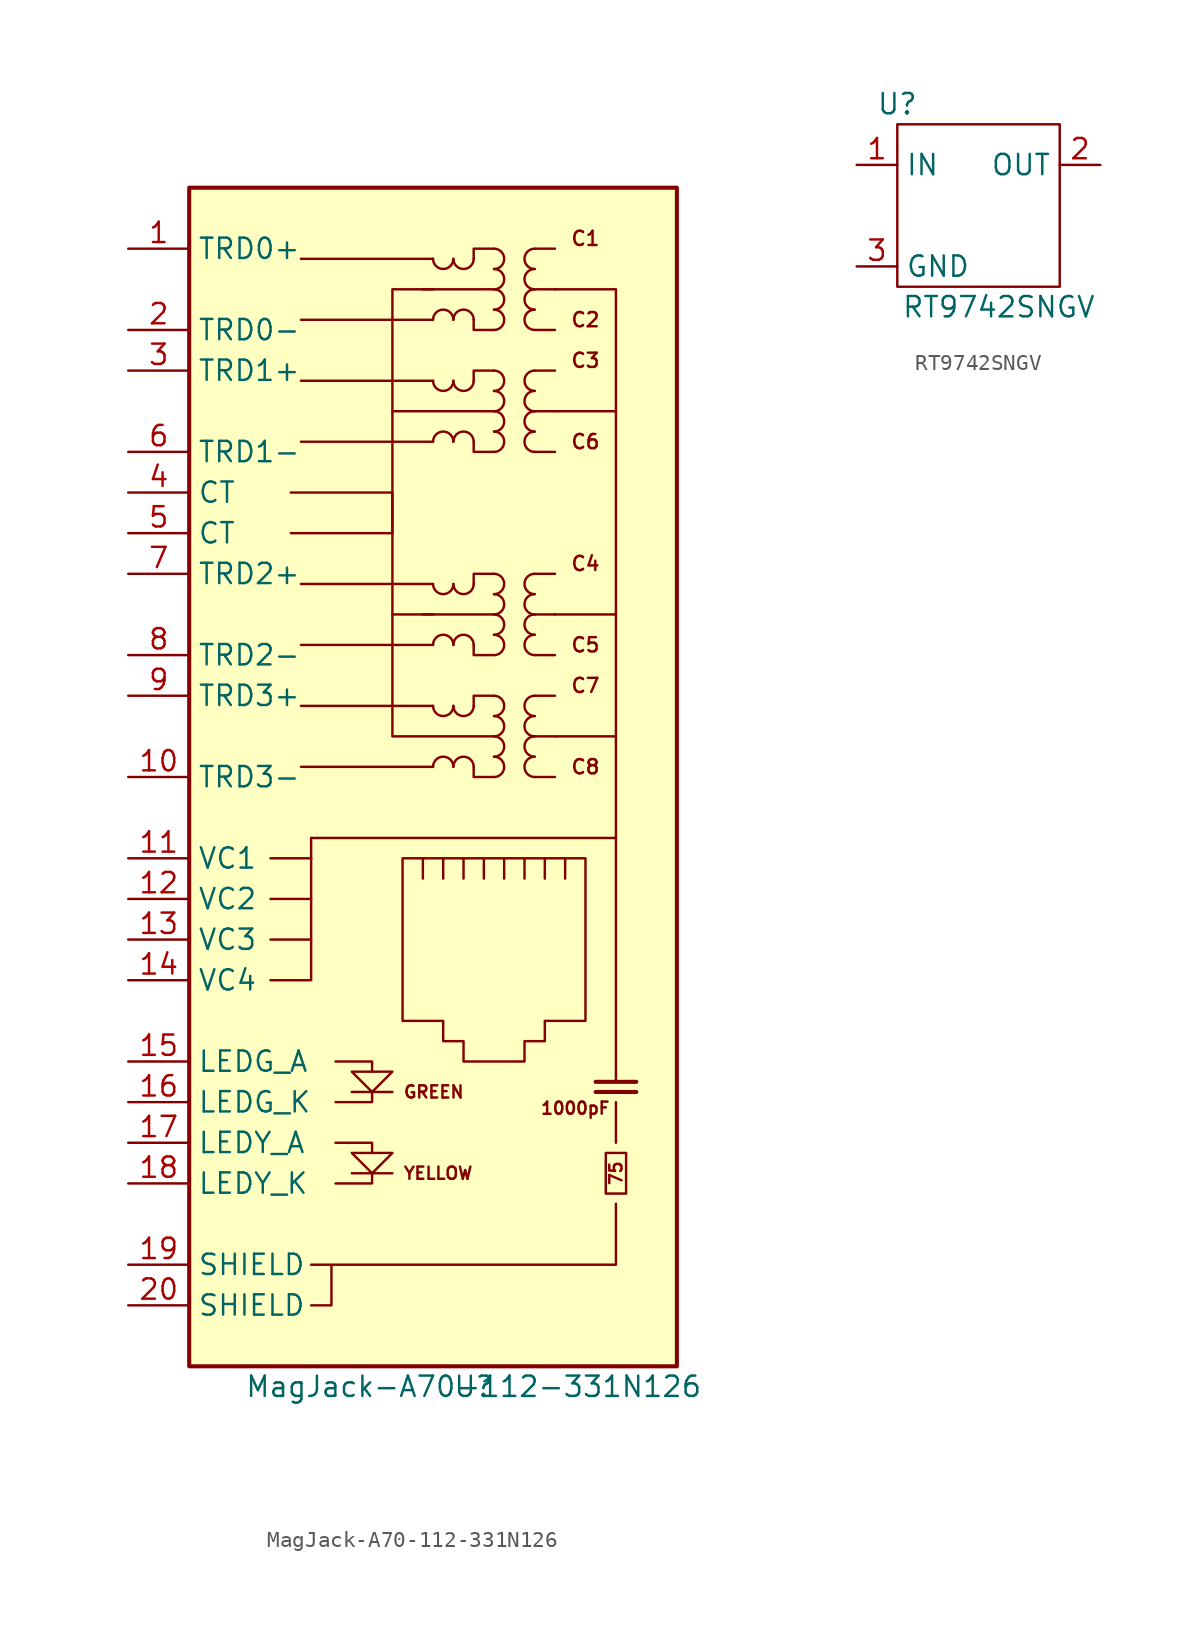
<source format=kicad_sym>
(kicad_symbol_lib
  (version 20241209)
  (generator "kicad_symbol_editor")
  (generator_version "9.0")
  (symbol "MagJack-A70-112-331N126"
    (property "Reference" "U"
      (at 0 0 0)
      (effects (font (size 1.27 1.27))))
    (property "Value" "MagJack-A70-112-331N126"
      (at 0 0 0)
      (effects (font (size 1.27 1.27))))
    (symbol "MagJack-A70-112-331N126_0_1"
      (polyline (pts (xy 1.27 60.96) (xy -5.08 60.96) (xy -5.08 68.58) (xy -2.54 68.58) (xy -5.08 68.58)) (stroke (width 0) (type default)) (fill (type none)))
      (polyline (pts (xy 1.27 40.64) (xy -5.08 40.64) (xy -5.08 48.26) (xy -2.54 48.26) (xy -5.08 48.26)) (stroke (width 0) (type default)) (fill (type none))))
    (symbol "MagJack-A70-112-331N126_1_1"
      (rectangle (start -17.78 1.27) (end 12.7 74.93) (stroke (width 0.254) (type default)) (fill (type background)))
      (polyline (pts (xy -12.7 33.02) (xy -10.16 33.02)) (stroke (width 0) (type default)) (fill (type none)))
      (polyline (pts (xy -12.7 30.48) (xy -10.16 30.48)) (stroke (width 0) (type default)) (fill (type none)))
      (polyline (pts (xy -12.7 27.94) (xy -10.16 27.94)) (stroke (width 0) (type default)) (fill (type none)))
      (polyline (pts (xy -11.43 53.34) (xy -5.08 53.34) (xy -5.08 55.88) (xy -11.43 55.88)) (stroke (width 0) (type default)) (fill (type none)))
      (polyline (pts (xy -10.16 34.29) (xy 8.89 34.29) (xy 8.89 68.58) (xy 5.08 68.58)) (stroke (width 0) (type default)) (fill (type none)))
      (polyline (pts (xy -10.16 33.02) (xy -10.16 34.29)) (stroke (width 0) (type default)) (fill (type none)))
      (polyline (pts (xy -10.16 33.02) (xy -10.16 25.4) (xy -12.7 25.4)) (stroke (width 0) (type default)) (fill (type none)))
      (polyline (pts (xy -10.16 5.08) (xy -8.89 5.08) (xy -8.89 7.62) (xy -10.16 7.62) (xy -8.89 7.62) (xy 8.89 7.62) (xy 8.89 11.43)) (stroke (width 0) (type default)) (fill (type none)))
      (polyline (pts (xy -8.636 20.32) (xy -6.35 20.32) (xy -6.35 19.685)) (stroke (width 0) (type default)) (fill (type none)))
      (polyline (pts (xy -8.636 15.24) (xy -6.35 15.24) (xy -6.35 14.605)) (stroke (width 0) (type default)) (fill (type none)))
      (polyline (pts (xy -8.636 12.7) (xy -6.35 12.7) (xy -6.35 13.335)) (stroke (width 0) (type default)) (fill (type none)))
      (polyline (pts (xy -7.62 19.685) (xy -5.08 19.685) (xy -6.35 18.415) (xy -7.62 19.685)) (stroke (width 0) (type default)) (fill (type none)))
      (polyline (pts (xy -6.35 18.415) (xy -6.35 17.78) (xy -8.636 17.78)) (stroke (width 0) (type default)) (fill (type none)))
      (polyline (pts (xy -5.08 48.26) (xy -5.08 60.96)) (stroke (width 0) (type default)) (fill (type none)))
      (polyline (pts (xy -5.08 18.415) (xy -7.62 18.415)) (stroke (width 0) (type default)) (fill (type none)))
      (polyline (pts (xy -5.08 14.605) (xy -7.62 14.605) (xy -6.35 13.335) (xy -5.08 14.605)) (stroke (width 0) (type default)) (fill (type none)))
      (polyline (pts (xy -5.08 13.335) (xy -7.62 13.335)) (stroke (width 0) (type default)) (fill (type none)))
      (polyline (pts (xy -4.445 33.02) (xy 6.985 33.02) (xy 6.985 22.86) (xy 4.445 22.86) (xy 4.445 21.59) (xy 3.175 21.59) (xy 3.175 20.32) (xy -0.635 20.32) (xy -0.635 21.59) (xy -1.905 21.59) (xy -1.905 22.86) (xy -4.445 22.86) (xy -4.445 33.02)) (stroke (width 0) (type default)) (fill (type none)))
      (polyline (pts (xy -3.175 68.58) (xy 1.27 68.58)) (stroke (width 0) (type default)) (fill (type none)))
      (polyline (pts (xy -3.175 48.26) (xy 1.27 48.26)) (stroke (width 0) (type default)) (fill (type none)))
      (polyline (pts (xy -3.175 31.75) (xy -3.175 33.02)) (stroke (width 0) (type default)) (fill (type none)))
      (polyline (pts (xy -2.54 70.485) (xy -10.795 70.485)) (stroke (width 0) (type default)) (fill (type none)))
      (polyline (pts (xy -2.54 66.675) (xy -10.795 66.675)) (stroke (width 0) (type default)) (fill (type none)))
      (polyline (pts (xy -2.54 62.865) (xy -10.795 62.865)) (stroke (width 0) (type default)) (fill (type none)))
      (polyline (pts (xy -2.54 59.055) (xy -10.795 59.055)) (stroke (width 0) (type default)) (fill (type none)))
      (polyline (pts (xy -2.54 50.165) (xy -10.795 50.165)) (stroke (width 0) (type default)) (fill (type none)))
      (polyline (pts (xy -2.54 46.355) (xy -10.795 46.355)) (stroke (width 0) (type default)) (fill (type none)))
      (polyline (pts (xy -2.54 42.545) (xy -10.795 42.545)) (stroke (width 0) (type default)) (fill (type none)))
      (polyline (pts (xy -2.54 38.735) (xy -10.795 38.735)) (stroke (width 0) (type default)) (fill (type none)))
      (arc (start -1.27 70.485) (mid -1.905 69.8527) (end -2.54 70.485) (stroke (width 0) (type default)) (fill (type none)))
      (arc (start -2.54 66.675) (mid -1.905 67.3072) (end -1.27 66.675) (stroke (width 0) (type default)) (fill (type none)))
      (arc (start -1.27 62.865) (mid -1.905 62.2327) (end -2.54 62.865) (stroke (width 0) (type default)) (fill (type none)))
      (arc (start -2.54 59.055) (mid -1.905 59.6872) (end -1.27 59.055) (stroke (width 0) (type default)) (fill (type none)))
      (arc (start -1.27 50.165) (mid -1.905 49.5327) (end -2.54 50.165) (stroke (width 0) (type default)) (fill (type none)))
      (arc (start -2.54 46.355) (mid -1.905 46.9872) (end -1.27 46.355) (stroke (width 0) (type default)) (fill (type none)))
      (arc (start -1.27 42.545) (mid -1.905 41.9127) (end -2.54 42.545) (stroke (width 0) (type default)) (fill (type none)))
      (arc (start -2.54 38.735) (mid -1.905 39.3672) (end -1.27 38.735) (stroke (width 0) (type default)) (fill (type none)))
      (polyline (pts (xy -1.905 33.02) (xy -1.905 31.75)) (stroke (width 0) (type default)) (fill (type none)))
      (arc (start 0 70.485) (mid -0.635 69.8527) (end -1.27 70.485) (stroke (width 0) (type default)) (fill (type none)))
      (arc (start -1.27 66.675) (mid -0.635 67.3072) (end 0 66.675) (stroke (width 0) (type default)) (fill (type none)))
      (arc (start 0 62.865) (mid -0.635 62.2327) (end -1.27 62.865) (stroke (width 0) (type default)) (fill (type none)))
      (arc (start -1.27 59.055) (mid -0.635 59.6872) (end 0 59.055) (stroke (width 0) (type default)) (fill (type none)))
      (arc (start 0 50.165) (mid -0.635 49.5327) (end -1.27 50.165) (stroke (width 0) (type default)) (fill (type none)))
      (arc (start -1.27 46.355) (mid -0.635 46.9872) (end 0 46.355) (stroke (width 0) (type default)) (fill (type none)))
      (arc (start 0 42.545) (mid -0.635 41.9127) (end -1.27 42.545) (stroke (width 0) (type default)) (fill (type none)))
      (arc (start -1.27 38.735) (mid -0.635 39.3672) (end 0 38.735) (stroke (width 0) (type default)) (fill (type none)))
      (polyline (pts (xy -0.635 33.02) (xy -0.635 31.75)) (stroke (width 0) (type default)) (fill (type none)))
      (polyline (pts (xy 0 66.675) (xy 0 66.04) (xy 1.27 66.04)) (stroke (width 0) (type default)) (fill (type none)))
      (polyline (pts (xy 0 59.055) (xy 0 58.42) (xy 1.27 58.42)) (stroke (width 0) (type default)) (fill (type none)))
      (polyline (pts (xy 0 46.355) (xy 0 45.72) (xy 1.27 45.72)) (stroke (width 0) (type default)) (fill (type none)))
      (polyline (pts (xy 0 38.735) (xy 0 38.1) (xy 1.27 38.1)) (stroke (width 0) (type default)) (fill (type none)))
      (polyline (pts (xy 0.635 33.02) (xy 0.635 31.75)) (stroke (width 0) (type default)) (fill (type none)))
      (arc (start 1.27 71.12) (mid 1.9022 70.485) (end 1.27 69.85) (stroke (width 0) (type default)) (fill (type none)))
      (arc (start 1.27 69.85) (mid 1.9022 69.215) (end 1.27 68.58) (stroke (width 0) (type default)) (fill (type none)))
      (arc (start 1.27 68.58) (mid 1.9022 67.945) (end 1.27 67.31) (stroke (width 0) (type default)) (fill (type none)))
      (arc (start 1.27 67.31) (mid 1.9022 66.675) (end 1.27 66.04) (stroke (width 0) (type default)) (fill (type none)))
      (arc (start 1.27 63.5) (mid 1.9022 62.865) (end 1.27 62.23) (stroke (width 0) (type default)) (fill (type none)))
      (arc (start 1.27 62.23) (mid 1.9022 61.595) (end 1.27 60.96) (stroke (width 0) (type default)) (fill (type none)))
      (arc (start 1.27 60.96) (mid 1.9022 60.325) (end 1.27 59.69) (stroke (width 0) (type default)) (fill (type none)))
      (arc (start 1.27 59.69) (mid 1.9022 59.055) (end 1.27 58.42) (stroke (width 0) (type default)) (fill (type none)))
      (arc (start 1.27 50.8) (mid 1.9022 50.165) (end 1.27 49.53) (stroke (width 0) (type default)) (fill (type none)))
      (arc (start 1.27 49.53) (mid 1.9022 48.895) (end 1.27 48.26) (stroke (width 0) (type default)) (fill (type none)))
      (arc (start 1.27 48.26) (mid 1.9022 47.625) (end 1.27 46.99) (stroke (width 0) (type default)) (fill (type none)))
      (arc (start 1.27 46.99) (mid 1.9022 46.355) (end 1.27 45.72) (stroke (width 0) (type default)) (fill (type none)))
      (arc (start 1.27 43.18) (mid 1.9022 42.545) (end 1.27 41.91) (stroke (width 0) (type default)) (fill (type none)))
      (arc (start 1.27 41.91) (mid 1.9022 41.275) (end 1.27 40.64) (stroke (width 0) (type default)) (fill (type none)))
      (arc (start 1.27 40.64) (mid 1.9022 40.005) (end 1.27 39.37) (stroke (width 0) (type default)) (fill (type none)))
      (arc (start 1.27 39.37) (mid 1.9022 38.735) (end 1.27 38.1) (stroke (width 0) (type default)) (fill (type none)))
      (polyline (pts (xy 1.27 71.12) (xy 0 71.12) (xy 0 70.485)) (stroke (width 0) (type default)) (fill (type none)))
      (polyline (pts (xy 1.27 63.5) (xy 0 63.5) (xy 0 62.865)) (stroke (width 0) (type default)) (fill (type none)))
      (polyline (pts (xy 1.27 50.8) (xy 0 50.8) (xy 0 50.165)) (stroke (width 0) (type default)) (fill (type none)))
      (polyline (pts (xy 1.27 43.18) (xy 0 43.18) (xy 0 42.545)) (stroke (width 0) (type default)) (fill (type none)))
      (polyline (pts (xy 1.905 33.02) (xy 1.905 31.75)) (stroke (width 0) (type default)) (fill (type none)))
      (polyline (pts (xy 3.175 33.02) (xy 3.175 31.75)) (stroke (width 0) (type default)) (fill (type none)))
      (polyline (pts (xy 3.81 71.12) (xy 5.08 71.12)) (stroke (width 0) (type default)) (fill (type none)))
      (polyline (pts (xy 3.81 68.58) (xy 5.08 68.58)) (stroke (width 0) (type default)) (fill (type none)))
      (polyline (pts (xy 3.81 66.04) (xy 5.08 66.04)) (stroke (width 0) (type default)) (fill (type none)))
      (polyline (pts (xy 3.81 63.5) (xy 5.08 63.5)) (stroke (width 0) (type default)) (fill (type none)))
      (polyline (pts (xy 3.81 60.96) (xy 5.08 60.96)) (stroke (width 0) (type default)) (fill (type none)))
      (polyline (pts (xy 3.81 58.42) (xy 5.08 58.42)) (stroke (width 0) (type default)) (fill (type none)))
      (polyline (pts (xy 3.81 50.8) (xy 5.08 50.8)) (stroke (width 0) (type default)) (fill (type none)))
      (polyline (pts (xy 3.81 48.26) (xy 5.08 48.26)) (stroke (width 0) (type default)) (fill (type none)))
      (polyline (pts (xy 3.81 45.72) (xy 5.08 45.72)) (stroke (width 0) (type default)) (fill (type none)))
      (polyline (pts (xy 3.81 43.18) (xy 5.08 43.18)) (stroke (width 0) (type default)) (fill (type none)))
      (polyline (pts (xy 3.81 40.64) (xy 5.08 40.64)) (stroke (width 0) (type default)) (fill (type none)))
      (polyline (pts (xy 3.81 38.1) (xy 5.08 38.1)) (stroke (width 0) (type default)) (fill (type none)))
      (arc (start 3.81 69.85) (mid 3.1777 70.485) (end 3.81 71.12) (stroke (width 0) (type default)) (fill (type none)))
      (arc (start 3.81 68.58) (mid 3.1777 69.215) (end 3.81 69.85) (stroke (width 0) (type default)) (fill (type none)))
      (arc (start 3.81 67.31) (mid 3.1777 67.945) (end 3.81 68.58) (stroke (width 0) (type default)) (fill (type none)))
      (arc (start 3.81 66.04) (mid 3.1777 66.675) (end 3.81 67.31) (stroke (width 0) (type default)) (fill (type none)))
      (arc (start 3.81 62.23) (mid 3.1777 62.865) (end 3.81 63.5) (stroke (width 0) (type default)) (fill (type none)))
      (arc (start 3.81 60.96) (mid 3.1777 61.595) (end 3.81 62.23) (stroke (width 0) (type default)) (fill (type none)))
      (arc (start 3.81 59.69) (mid 3.1777 60.325) (end 3.81 60.96) (stroke (width 0) (type default)) (fill (type none)))
      (arc (start 3.81 58.42) (mid 3.1777 59.055) (end 3.81 59.69) (stroke (width 0) (type default)) (fill (type none)))
      (arc (start 3.81 49.53) (mid 3.1777 50.165) (end 3.81 50.8) (stroke (width 0) (type default)) (fill (type none)))
      (arc (start 3.81 48.26) (mid 3.1777 48.895) (end 3.81 49.53) (stroke (width 0) (type default)) (fill (type none)))
      (arc (start 3.81 46.99) (mid 3.1777 47.625) (end 3.81 48.26) (stroke (width 0) (type default)) (fill (type none)))
      (arc (start 3.81 45.72) (mid 3.1777 46.355) (end 3.81 46.99) (stroke (width 0) (type default)) (fill (type none)))
      (arc (start 3.81 41.91) (mid 3.1777 42.545) (end 3.81 43.18) (stroke (width 0) (type default)) (fill (type none)))
      (arc (start 3.81 40.64) (mid 3.1777 41.275) (end 3.81 41.91) (stroke (width 0) (type default)) (fill (type none)))
      (arc (start 3.81 39.37) (mid 3.1777 40.005) (end 3.81 40.64) (stroke (width 0) (type default)) (fill (type none)))
      (arc (start 3.81 38.1) (mid 3.1777 38.735) (end 3.81 39.37) (stroke (width 0) (type default)) (fill (type none)))
      (polyline (pts (xy 4.445 31.75) (xy 4.445 33.02)) (stroke (width 0) (type default)) (fill (type none)))
      (polyline (pts (xy 5.08 60.96) (xy 8.89 60.96)) (stroke (width 0) (type default)) (fill (type none)))
      (polyline (pts (xy 5.08 48.26) (xy 8.89 48.26)) (stroke (width 0) (type default)) (fill (type none)))
      (polyline (pts (xy 5.08 40.64) (xy 8.89 40.64)) (stroke (width 0) (type default)) (fill (type none)))
      (polyline (pts (xy 5.715 31.75) (xy 5.715 33.02)) (stroke (width 0) (type default)) (fill (type none)))
      (polyline (pts (xy 7.62 19.05) (xy 10.16 19.05)) (stroke (width 0.254) (type default)) (fill (type none)))
      (polyline (pts (xy 7.62 18.415) (xy 10.16 18.415)) (stroke (width 0.254) (type default)) (fill (type none)))
      (polyline (pts (xy 8.89 19.05) (xy 8.89 34.29)) (stroke (width 0) (type default)) (fill (type none)))
      (polyline (pts (xy 8.89 15.24) (xy 8.89 17.78)) (stroke (width 0) (type default)) (fill (type none)))
      (rectangle (start 9.525 12.065) (end 8.255 14.605) (stroke (width 0) (type default)) (fill (type none)))
      (text "GREEN" (at -4.445 18.415 0) (effects (font (size 0.762 0.762)) (justify left)))
      (text "YELLOW" (at -4.445 13.335 0) (effects (font (size 0.762 0.762)) (justify left)))
      (text "1000pF" (at 6.35 17.399 0) (effects (font (size 0.762 0.762))))
      (text "C1" (at 6.985 71.755 0) (effects (font (size 0.889 0.889))))
      (text "C2" (at 6.985 66.675 0) (effects (font (size 0.889 0.889))))
      (text "C3" (at 6.985 64.135 0) (effects (font (size 0.889 0.889))))
      (text "C6" (at 6.985 59.055 0) (effects (font (size 0.889 0.889))))
      (text "C4" (at 6.985 51.435 0) (effects (font (size 0.889 0.889))))
      (text "C5" (at 6.985 46.355 0) (effects (font (size 0.889 0.889))))
      (text "C7" (at 6.985 43.815 0) (effects (font (size 0.889 0.889))))
      (text "C8" (at 6.985 38.735 0) (effects (font (size 0.889 0.889))))
      (text "75" (at 8.89 13.335 900) (effects (font (size 0.762 0.762))))
      (pin passive line (at -21.59 71.12 0) (length 3.81) (name "TRD0+" (effects (font (size 1.27 1.27)))) (number "1" (effects (font (size 1.27 1.27)))))
      (pin passive line (at -21.59 66.04 0) (length 3.81) (name "TRD0-" (effects (font (size 1.27 1.27)))) (number "2" (effects (font (size 1.27 1.27)))))
      (pin passive line (at -21.59 63.5 0) (length 3.81) (name "TRD1+" (effects (font (size 1.27 1.27)))) (number "3" (effects (font (size 1.27 1.27)))))
      (pin passive line (at -21.59 58.42 0) (length 3.81) (name "TRD1-" (effects (font (size 1.27 1.27)))) (number "6" (effects (font (size 1.27 1.27)))))
      (pin passive line (at -21.59 55.88 0) (length 3.81) (name "CT" (effects (font (size 1.27 1.27)))) (number "4" (effects (font (size 1.27 1.27)))))
      (pin passive line (at -21.59 53.34 0) (length 3.81) (name "CT" (effects (font (size 1.27 1.27)))) (number "5" (effects (font (size 1.27 1.27)))))
      (pin passive line (at -21.59 50.8 0) (length 3.81) (name "TRD2+" (effects (font (size 1.27 1.27)))) (number "7" (effects (font (size 1.27 1.27)))))
      (pin passive line (at -21.59 45.72 0) (length 3.81) (name "TRD2-" (effects (font (size 1.27 1.27)))) (number "8" (effects (font (size 1.27 1.27)))))
      (pin passive line (at -21.59 43.18 0) (length 3.81) (name "TRD3+" (effects (font (size 1.27 1.27)))) (number "9" (effects (font (size 1.27 1.27)))))
      (pin passive line (at -21.59 38.1 0) (length 3.81) (name "TRD3-" (effects (font (size 1.27 1.27)))) (number "10" (effects (font (size 1.27 1.27)))))
      (pin passive line (at -21.59 33.02 0) (length 3.81) (name "VC1" (effects (font (size 1.27 1.27)))) (number "11" (effects (font (size 1.27 1.27)))))
      (pin passive line (at -21.59 30.48 0) (length 3.81) (name "VC2" (effects (font (size 1.27 1.27)))) (number "12" (effects (font (size 1.27 1.27)))))
      (pin passive line (at -21.59 27.94 0) (length 3.81) (name "VC3" (effects (font (size 1.27 1.27)))) (number "13" (effects (font (size 1.27 1.27)))))
      (pin passive line (at -21.59 25.4 0) (length 3.81) (name "VC4" (effects (font (size 1.27 1.27)))) (number "14" (effects (font (size 1.27 1.27)))))
      (pin passive line (at -21.59 20.32 0) (length 3.81) (name "LEDG_A" (effects (font (size 1.27 1.27)))) (number "15" (effects (font (size 1.27 1.27)))))
      (pin passive line (at -21.59 17.78 0) (length 3.81) (name "LEDG_K" (effects (font (size 1.27 1.27)))) (number "16" (effects (font (size 1.27 1.27)))))
      (pin passive line (at -21.59 15.24 0) (length 3.81) (name "LEDY_A" (effects (font (size 1.27 1.27)))) (number "17" (effects (font (size 1.27 1.27)))))
      (pin passive line (at -21.59 12.7 0) (length 3.81) (name "LEDY_K" (effects (font (size 1.27 1.27)))) (number "18" (effects (font (size 1.27 1.27)))))
      (pin passive line (at -21.59 7.62 0) (length 3.81) (name "SHIELD" (effects (font (size 1.27 1.27)))) (number "19" (effects (font (size 1.27 1.27)))))
      (pin passive line (at -21.59 5.08 0) (length 3.81) (name "SHIELD" (effects (font (size 1.27 1.27)))) (number "20" (effects (font (size 1.27 1.27)))))))
  (symbol "RT9742SNGV"
    (property "Reference" "U"
      (at -2.54 7.62 0)
      (effects (font (size 1.27 1.27))))
    (property "Value" "RT9742SNGV"
      (at 3.81 -5.08 0)
      (effects (font (size 1.27 1.27))))
    (symbol "RT9742SNGV_0_1"
      (rectangle (start -2.54 6.35) (end 7.62 -3.81) (stroke (width 0) (type default)) (fill (type none))))
    (symbol "RT9742SNGV_1_1"
      (pin power_in line (at -5.08 3.81 0) (length 2.54) (name "IN" (effects (font (size 1.27 1.27)))) (number "1" (effects (font (size 1.27 1.27)))))
      (pin power_in line (at -5.08 -2.54 0) (length 2.54) (name "GND" (effects (font (size 1.27 1.27)))) (number "3" (effects (font (size 1.27 1.27)))))
      (pin power_in line (at 10.16 3.81 180) (length 2.54) (name "OUT" (effects (font (size 1.27 1.27)))) (number "2" (effects (font (size 1.27 1.27))))))))
</source>
